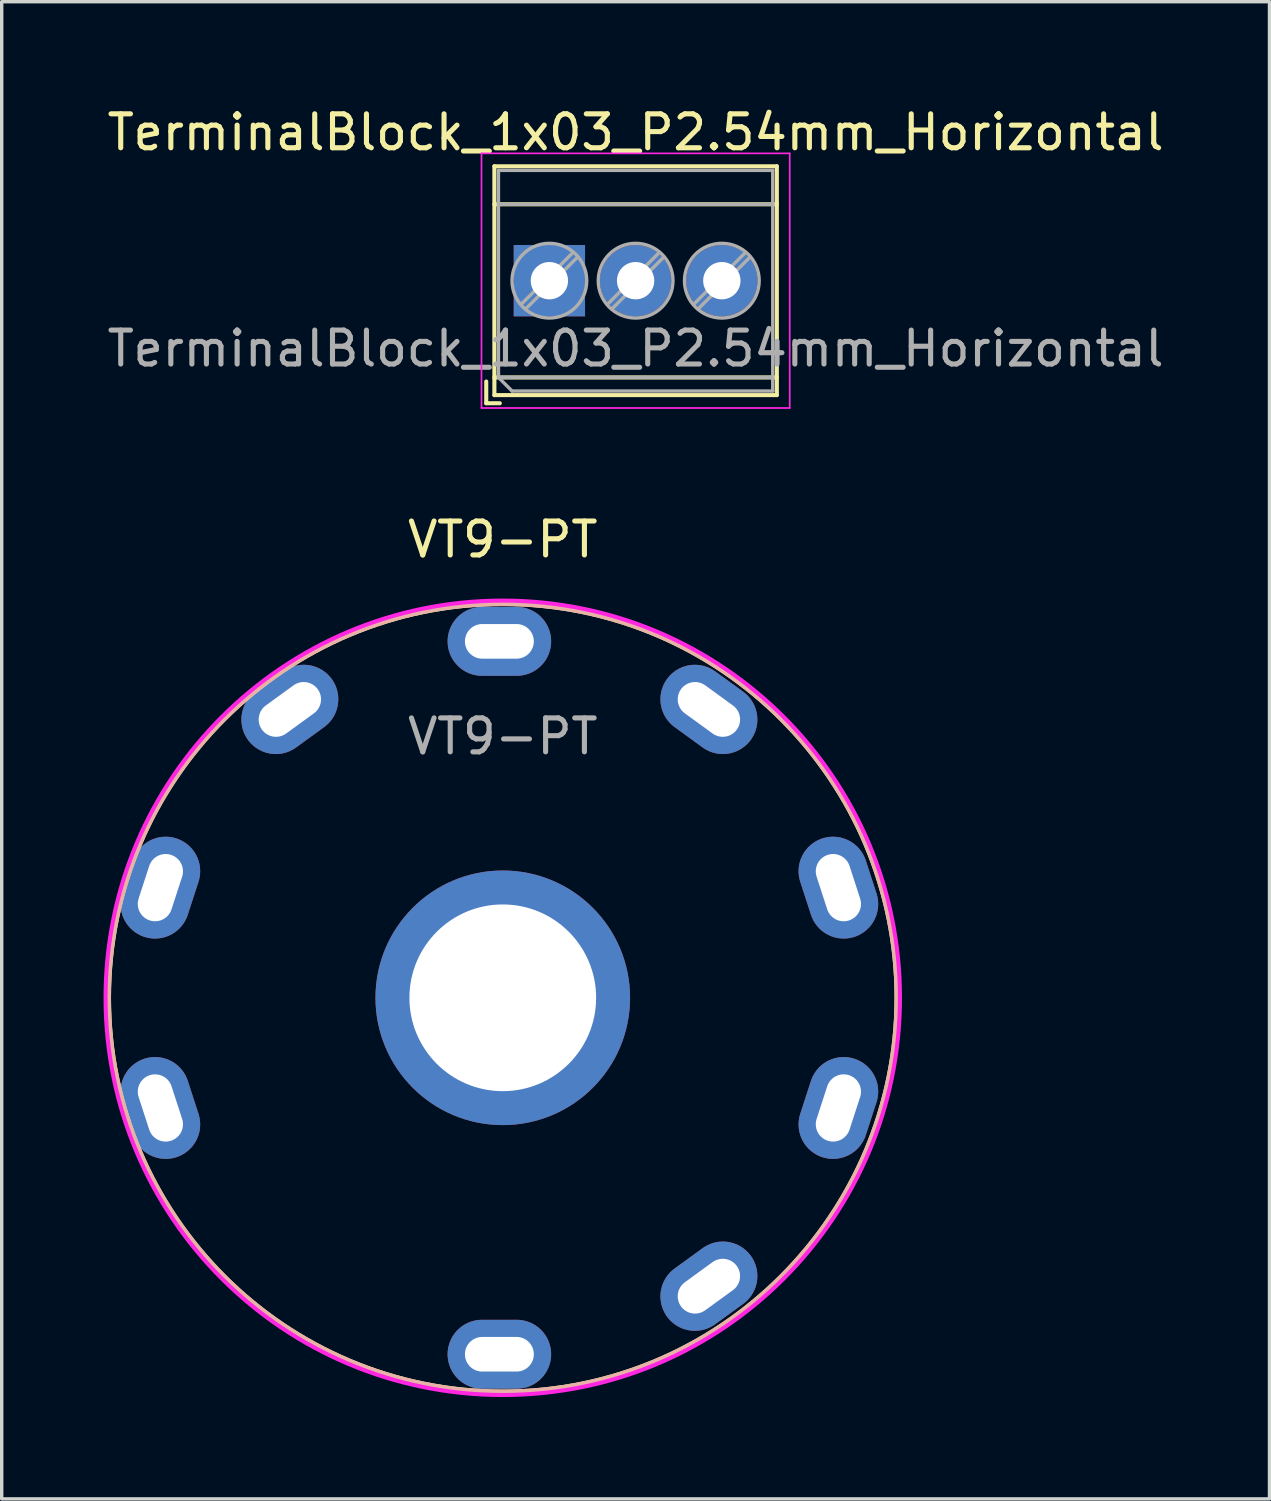
<source format=kicad_pcb>
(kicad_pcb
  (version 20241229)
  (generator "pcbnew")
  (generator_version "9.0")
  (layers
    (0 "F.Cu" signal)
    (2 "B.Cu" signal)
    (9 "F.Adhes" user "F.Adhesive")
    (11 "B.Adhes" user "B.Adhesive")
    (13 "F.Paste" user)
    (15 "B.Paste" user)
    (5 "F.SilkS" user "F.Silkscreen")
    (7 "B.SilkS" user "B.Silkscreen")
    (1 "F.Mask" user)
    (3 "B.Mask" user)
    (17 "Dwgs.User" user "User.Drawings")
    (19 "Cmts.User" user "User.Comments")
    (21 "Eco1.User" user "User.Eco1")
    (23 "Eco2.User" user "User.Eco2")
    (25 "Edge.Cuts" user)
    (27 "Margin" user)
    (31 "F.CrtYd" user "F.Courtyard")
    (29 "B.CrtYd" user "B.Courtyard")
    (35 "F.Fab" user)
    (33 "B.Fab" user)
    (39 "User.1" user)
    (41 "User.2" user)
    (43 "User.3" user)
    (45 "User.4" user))
  (footprint "VT9-PT"
    (layer "F.Cu")
    (at 11.76 36.842)
    (property "Reference" "VT9-PT" (at 0 -24 0) (layer "F.SilkS") (effects (font (size 1 1) (thickness 0.15))))
    (attr through_hole)
    (fp_circle (center 0 -10.5) (end 11.6 -10.5) (stroke (width 0.12) (type solid)) (fill no) (layer "F.SilkS"))
    (fp_circle (center 0 -10.5) (end 11.6 -10.5) (stroke (width 0.12) (type solid)) (fill no) (layer "B.SilkS"))
    (fp_circle (center 0 -10.5) (end 11.7 -10.5) (stroke (width 0.12) (type solid)) (fill no) (layer "F.CrtYd"))
    (fp_text user "${REFERENCE}" (at 0 -18.2 0) (layer "F.Fab") (effects (font (size 1 1) (thickness 0.15))))
    (pad "" thru_hole circle (at 0 -10.5) (size 7.5 7.5) (drill 5.5) (layers "*.Cu" "*.Mask"))
    (pad "1" thru_hole oval (at -0.1 0 90) (size 2.03 3.05) (drill oval 1.02 2.03) (layers "*.Cu" "*.Mask"))
    (pad "2" thru_hole oval (at 6.072 -2.005 126) (size 2.03 3.05) (drill oval 1.02 2.03) (layers "*.Cu" "*.Mask"))
    (pad "3" thru_hole oval (at 9.886 -7.255 162) (size 2.03 3.05) (drill oval 1.02 2.03) (layers "*.Cu" "*.Mask"))
    (pad "4" thru_hole oval (at 9.886 -13.745 198) (size 2.03 3.05) (drill oval 1.02 2.03) (layers "*.Cu" "*.Mask"))
    (pad "5" thru_hole oval (at 6.072 -18.995 234) (size 2.03 3.05) (drill oval 1.02 2.03) (layers "*.Cu" "*.Mask"))
    (pad "6" thru_hole oval (at -0.1 -21 270) (size 2.03 3.05) (drill oval 1.02 2.03) (layers "*.Cu" "*.Mask"))
    (pad "7" thru_hole oval (at -6.272 -18.995 306) (size 2.03 3.05) (drill oval 1.02 2.03) (layers "*.Cu" "*.Mask"))
    (pad "8" thru_hole oval (at -10.086 -13.745 342) (size 2.03 3.05) (drill oval 1.02 2.03) (layers "*.Cu" "*.Mask"))
    (pad "9" thru_hole oval (at -10.086 -7.255 18) (size 2.03 3.05) (drill oval 1.02 2.03) (layers "*.Cu" "*.Mask")))
  (footprint "TerminalBlock_1x03_P2.54mm_Horizontal"
    (layer "F.Cu")
    (at 13.133 5.218)
    (property "Reference" "TerminalBlock_1x03_P2.54mm_Horizontal" (at 2.54 -4.37 0) (layer "F.SilkS") (effects (font (size 1 1) (thickness 0.15))))
    (attr through_hole)
    (fp_line (start -1.86 2.97) (end -1.86 3.61) (stroke (width 0.12) (type solid)) (layer "F.SilkS"))
    (fp_line (start -1.86 3.61) (end -1.46 3.61) (stroke (width 0.12) (type solid)) (layer "F.SilkS"))
    (fp_line (start -1.62 -3.37) (end -1.62 3.37) (stroke (width 0.12) (type solid)) (layer "F.SilkS"))
    (fp_line (start -1.62 -3.37) (end 6.7 -3.37) (stroke (width 0.12) (type solid)) (layer "F.SilkS"))
    (fp_line (start -1.62 -2.25) (end 6.7 -2.25) (stroke (width 0.12) (type solid)) (layer "F.SilkS"))
    (fp_line (start -1.62 2.85) (end 6.7 2.85) (stroke (width 0.12) (type solid)) (layer "F.SilkS"))
    (fp_line (start -1.62 3.37) (end 6.7 3.37) (stroke (width 0.12) (type solid)) (layer "F.SilkS"))
    (fp_line (start 6.7 -3.37) (end 6.7 3.37) (stroke (width 0.12) (type solid)) (layer "F.SilkS"))
    (fp_line (start -2 -3.75) (end -2 3.75) (stroke (width 0.05) (type solid)) (layer "F.CrtYd"))
    (fp_line (start -2 3.75) (end 7.08 3.75) (stroke (width 0.05) (type solid)) (layer "F.CrtYd"))
    (fp_line (start 7.08 -3.75) (end -2 -3.75) (stroke (width 0.05) (type solid)) (layer "F.CrtYd"))
    (fp_line (start 7.08 3.75) (end 7.08 -3.75) (stroke (width 0.05) (type solid)) (layer "F.CrtYd"))
    (fp_line (start -1.5 -3.25) (end 6.58 -3.25) (stroke (width 0.1) (type solid)) (layer "F.Fab"))
    (fp_line (start -1.5 -2.25) (end 6.58 -2.25) (stroke (width 0.1) (type solid)) (layer "F.Fab"))
    (fp_line (start -1.5 2.85) (end -1.5 -3.25) (stroke (width 0.1) (type solid)) (layer "F.Fab"))
    (fp_line (start -1.5 2.85) (end 6.58 2.85) (stroke (width 0.1) (type solid)) (layer "F.Fab"))
    (fp_line (start -1.1 3.25) (end -1.5 2.85) (stroke (width 0.1) (type solid)) (layer "F.Fab"))
    (fp_line (start 0.701 -0.835) (end -0.835 0.7) (stroke (width 0.1) (type solid)) (layer "F.Fab"))
    (fp_line (start 0.835 -0.7) (end -0.701 0.835) (stroke (width 0.1) (type solid)) (layer "F.Fab"))
    (fp_line (start 3.241 -0.835) (end 1.706 0.7) (stroke (width 0.1) (type solid)) (layer "F.Fab"))
    (fp_line (start 3.375 -0.7) (end 1.84 0.835) (stroke (width 0.1) (type solid)) (layer "F.Fab"))
    (fp_line (start 5.781 -0.835) (end 4.246 0.7) (stroke (width 0.1) (type solid)) (layer "F.Fab"))
    (fp_line (start 5.915 -0.7) (end 4.38 0.835) (stroke (width 0.1) (type solid)) (layer "F.Fab"))
    (fp_line (start 6.58 -3.25) (end 6.58 3.25) (stroke (width 0.1) (type solid)) (layer "F.Fab"))
    (fp_line (start 6.58 3.25) (end -1.1 3.25) (stroke (width 0.1) (type solid)) (layer "F.Fab"))
    (fp_circle (center 0 0) (end 1.1 0) (stroke (width 0.1) (type solid)) (fill no) (layer "F.Fab"))
    (fp_circle (center 2.54 0) (end 3.64 0) (stroke (width 0.1) (type solid)) (fill no) (layer "F.Fab"))
    (fp_circle (center 5.08 0) (end 6.18 0) (stroke (width 0.1) (type solid)) (fill no) (layer "F.Fab"))
    (fp_text user "${REFERENCE}" (at 2.54 2 0) (layer "F.Fab") (effects (font (size 1 1) (thickness 0.15))))
    (pad "1" thru_hole rect (at 0 0) (size 2.1 2.1) (drill 1.1) (layers "*.Cu" "*.Mask"))
    (pad "2" thru_hole circle (at 2.54 0) (size 2.1 2.1) (drill 1.1) (layers "*.Cu" "*.Mask"))
    (pad "3" thru_hole circle (at 5.08 0) (size 2.1 2.1) (drill 1.1) (layers "*.Cu" "*.Mask")))
  (gr_rect
    (start -3 -3)
    (end 34.345 41.102)
    (stroke (width 0.1) (type default))
    (fill no)
    (layer "Edge.Cuts")))
</source>
